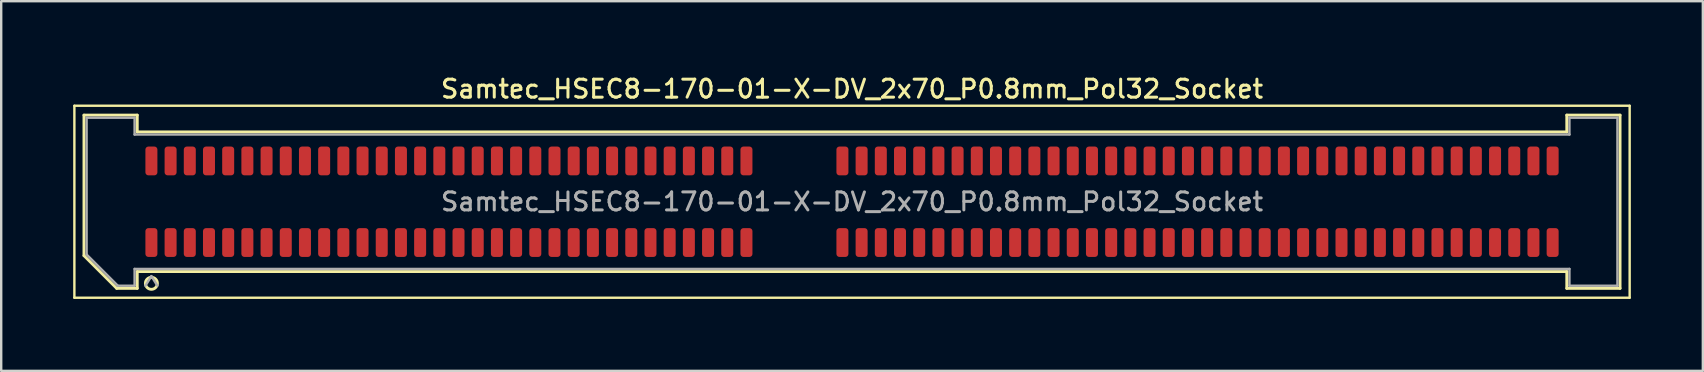
<source format=kicad_pcb>
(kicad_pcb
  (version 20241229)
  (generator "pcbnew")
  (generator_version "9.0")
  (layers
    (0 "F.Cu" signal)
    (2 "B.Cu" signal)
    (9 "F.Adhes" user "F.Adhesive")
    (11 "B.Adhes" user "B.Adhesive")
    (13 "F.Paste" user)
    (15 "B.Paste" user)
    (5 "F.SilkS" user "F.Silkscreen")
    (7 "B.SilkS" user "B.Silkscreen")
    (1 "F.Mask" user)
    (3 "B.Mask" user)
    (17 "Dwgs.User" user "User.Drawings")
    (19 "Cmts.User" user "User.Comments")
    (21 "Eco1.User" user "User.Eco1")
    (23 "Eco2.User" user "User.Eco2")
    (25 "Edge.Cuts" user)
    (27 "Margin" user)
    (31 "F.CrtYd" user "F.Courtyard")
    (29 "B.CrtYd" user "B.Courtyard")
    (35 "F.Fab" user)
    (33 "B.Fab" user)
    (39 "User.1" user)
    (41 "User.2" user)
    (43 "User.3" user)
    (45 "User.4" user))
  (footprint "Samtec_HSEC8-170-01-X-DV_2x70_P0.8mm_Pol32_Socket"
    (layer "F.Cu")
    (at 32.46 5.358)
    (property "Reference" "Samtec_HSEC8-170-01-X-DV_2x70_P0.8mm_Pol32_Socket" (at 0 -4.7 0) (layer "F.SilkS") (effects (font (size 0.75 0.75) (thickness 0.125))))
    (attr smd)
    (fp_line (start -32.41 -4) (end -32.41 4) (stroke (width 0.1) (type solid)) (layer "F.SilkS"))
    (fp_line (start -32.41 4) (end 32.41 4) (stroke (width 0.1) (type solid)) (layer "F.SilkS"))
    (fp_line (start -32.01 -3.61) (end -29.79 -3.61) (stroke (width 0.12) (type solid)) (layer "F.SilkS"))
    (fp_line (start -32.01 2.246) (end -32.01 -3.61) (stroke (width 0.12) (type solid)) (layer "F.SilkS"))
    (fp_line (start -30.646 3.61) (end -32.01 2.246) (stroke (width 0.12) (type solid)) (layer "F.SilkS"))
    (fp_line (start -29.79 -3.61) (end -29.79 -2.91) (stroke (width 0.12) (type solid)) (layer "F.SilkS"))
    (fp_line (start -29.79 -2.91) (end 29.79 -2.91) (stroke (width 0.12) (type solid)) (layer "F.SilkS"))
    (fp_line (start -29.79 2.91) (end -29.79 3.61) (stroke (width 0.12) (type solid)) (layer "F.SilkS"))
    (fp_line (start -29.79 3.61) (end -30.646 3.61) (stroke (width 0.12) (type solid)) (layer "F.SilkS"))
    (fp_line (start 29.79 -3.61) (end 32.01 -3.61) (stroke (width 0.12) (type solid)) (layer "F.SilkS"))
    (fp_line (start 29.79 -2.91) (end 29.79 -3.61) (stroke (width 0.12) (type solid)) (layer "F.SilkS"))
    (fp_line (start 29.79 2.91) (end -29.79 2.91) (stroke (width 0.12) (type solid)) (layer "F.SilkS"))
    (fp_line (start 29.79 3.61) (end 29.79 2.91) (stroke (width 0.12) (type solid)) (layer "F.SilkS"))
    (fp_line (start 32.01 -3.61) (end 32.01 3.61) (stroke (width 0.12) (type solid)) (layer "F.SilkS"))
    (fp_line (start 32.01 3.61) (end 29.79 3.61) (stroke (width 0.12) (type solid)) (layer "F.SilkS"))
    (fp_line (start 32.41 -4) (end -32.41 -4) (stroke (width 0.1) (type solid)) (layer "F.SilkS"))
    (fp_line (start 32.41 4) (end 32.41 -4) (stroke (width 0.1) (type solid)) (layer "F.SilkS"))
    (fp_arc (start -28.95 3.4) (mid -29.45 3.4) (end -28.95 3.4) (stroke (width 0.12) (type solid)) (layer "F.SilkS"))
    (fp_line (start -31.9 -3.5) (end -29.9 -3.5) (stroke (width 0.1) (type solid)) (layer "F.Fab"))
    (fp_line (start -31.9 2.2) (end -31.9 -3.5) (stroke (width 0.1) (type solid)) (layer "F.Fab"))
    (fp_line (start -30.6 3.5) (end -31.9 2.2) (stroke (width 0.1) (type solid)) (layer "F.Fab"))
    (fp_line (start -29.9 -3.5) (end -29.9 -2.8) (stroke (width 0.1) (type solid)) (layer "F.Fab"))
    (fp_line (start -29.9 -2.8) (end 29.9 -2.8) (stroke (width 0.1) (type solid)) (layer "F.Fab"))
    (fp_line (start -29.9 2.8) (end -29.9 3.5) (stroke (width 0.1) (type solid)) (layer "F.Fab"))
    (fp_line (start -29.9 3.5) (end -30.6 3.5) (stroke (width 0.1) (type solid)) (layer "F.Fab"))
    (fp_line (start -29.2 3.1) (end -29.45 3.5) (stroke (width 0.1) (type solid)) (layer "F.Fab"))
    (fp_line (start -29.2 3.1) (end -28.95 3.5) (stroke (width 0.1) (type solid)) (layer "F.Fab"))
    (fp_line (start 29.9 -3.5) (end 31.9 -3.5) (stroke (width 0.1) (type solid)) (layer "F.Fab"))
    (fp_line (start 29.9 -2.8) (end 29.9 -3.5) (stroke (width 0.1) (type solid)) (layer "F.Fab"))
    (fp_line (start 29.9 2.8) (end -29.9 2.8) (stroke (width 0.1) (type solid)) (layer "F.Fab"))
    (fp_line (start 29.9 3.5) (end 29.9 2.8) (stroke (width 0.1) (type solid)) (layer "F.Fab"))
    (fp_line (start 31.9 -3.5) (end 31.9 3.5) (stroke (width 0.1) (type solid)) (layer "F.Fab"))
    (fp_line (start 31.9 3.5) (end 29.9 3.5) (stroke (width 0.1) (type solid)) (layer "F.Fab"))
    (fp_text user "${REFERENCE}" (at 0 0 0) (layer "F.Fab") (effects (font (size 0.75 0.75) (thickness 0.125))))
    (pad "1" smd roundrect (at -29.2 1.7) (size 0.5 1.2) (layers "F.Cu" "F.Mask" "F.Paste") (roundrect_rratio 0.25))
    (pad "2" smd roundrect (at -29.2 -1.7) (size 0.5 1.2) (layers "F.Cu" "F.Mask" "F.Paste") (roundrect_rratio 0.25))
    (pad "3" smd roundrect (at -28.4 1.7) (size 0.5 1.2) (layers "F.Cu" "F.Mask" "F.Paste") (roundrect_rratio 0.25))
    (pad "4" smd roundrect (at -28.4 -1.7) (size 0.5 1.2) (layers "F.Cu" "F.Mask" "F.Paste") (roundrect_rratio 0.25))
    (pad "5" smd roundrect (at -27.6 1.7) (size 0.5 1.2) (layers "F.Cu" "F.Mask" "F.Paste") (roundrect_rratio 0.25))
    (pad "6" smd roundrect (at -27.6 -1.7) (size 0.5 1.2) (layers "F.Cu" "F.Mask" "F.Paste") (roundrect_rratio 0.25))
    (pad "7" smd roundrect (at -26.8 1.7) (size 0.5 1.2) (layers "F.Cu" "F.Mask" "F.Paste") (roundrect_rratio 0.25))
    (pad "8" smd roundrect (at -26.8 -1.7) (size 0.5 1.2) (layers "F.Cu" "F.Mask" "F.Paste") (roundrect_rratio 0.25))
    (pad "9" smd roundrect (at -26 1.7) (size 0.5 1.2) (layers "F.Cu" "F.Mask" "F.Paste") (roundrect_rratio 0.25))
    (pad "10" smd roundrect (at -26 -1.7) (size 0.5 1.2) (layers "F.Cu" "F.Mask" "F.Paste") (roundrect_rratio 0.25))
    (pad "11" smd roundrect (at -25.2 1.7) (size 0.5 1.2) (layers "F.Cu" "F.Mask" "F.Paste") (roundrect_rratio 0.25))
    (pad "12" smd roundrect (at -25.2 -1.7) (size 0.5 1.2) (layers "F.Cu" "F.Mask" "F.Paste") (roundrect_rratio 0.25))
    (pad "13" smd roundrect (at -24.4 1.7) (size 0.5 1.2) (layers "F.Cu" "F.Mask" "F.Paste") (roundrect_rratio 0.25))
    (pad "14" smd roundrect (at -24.4 -1.7) (size 0.5 1.2) (layers "F.Cu" "F.Mask" "F.Paste") (roundrect_rratio 0.25))
    (pad "15" smd roundrect (at -23.6 1.7) (size 0.5 1.2) (layers "F.Cu" "F.Mask" "F.Paste") (roundrect_rratio 0.25))
    (pad "16" smd roundrect (at -23.6 -1.7) (size 0.5 1.2) (layers "F.Cu" "F.Mask" "F.Paste") (roundrect_rratio 0.25))
    (pad "17" smd roundrect (at -22.8 1.7) (size 0.5 1.2) (layers "F.Cu" "F.Mask" "F.Paste") (roundrect_rratio 0.25))
    (pad "18" smd roundrect (at -22.8 -1.7) (size 0.5 1.2) (layers "F.Cu" "F.Mask" "F.Paste") (roundrect_rratio 0.25))
    (pad "19" smd roundrect (at -22 1.7) (size 0.5 1.2) (layers "F.Cu" "F.Mask" "F.Paste") (roundrect_rratio 0.25))
    (pad "20" smd roundrect (at -22 -1.7) (size 0.5 1.2) (layers "F.Cu" "F.Mask" "F.Paste") (roundrect_rratio 0.25))
    (pad "21" smd roundrect (at -21.2 1.7) (size 0.5 1.2) (layers "F.Cu" "F.Mask" "F.Paste") (roundrect_rratio 0.25))
    (pad "22" smd roundrect (at -21.2 -1.7) (size 0.5 1.2) (layers "F.Cu" "F.Mask" "F.Paste") (roundrect_rratio 0.25))
    (pad "23" smd roundrect (at -20.4 1.7) (size 0.5 1.2) (layers "F.Cu" "F.Mask" "F.Paste") (roundrect_rratio 0.25))
    (pad "24" smd roundrect (at -20.4 -1.7) (size 0.5 1.2) (layers "F.Cu" "F.Mask" "F.Paste") (roundrect_rratio 0.25))
    (pad "25" smd roundrect (at -19.6 1.7) (size 0.5 1.2) (layers "F.Cu" "F.Mask" "F.Paste") (roundrect_rratio 0.25))
    (pad "26" smd roundrect (at -19.6 -1.7) (size 0.5 1.2) (layers "F.Cu" "F.Mask" "F.Paste") (roundrect_rratio 0.25))
    (pad "27" smd roundrect (at -18.8 1.7) (size 0.5 1.2) (layers "F.Cu" "F.Mask" "F.Paste") (roundrect_rratio 0.25))
    (pad "28" smd roundrect (at -18.8 -1.7) (size 0.5 1.2) (layers "F.Cu" "F.Mask" "F.Paste") (roundrect_rratio 0.25))
    (pad "29" smd roundrect (at -18 1.7) (size 0.5 1.2) (layers "F.Cu" "F.Mask" "F.Paste") (roundrect_rratio 0.25))
    (pad "30" smd roundrect (at -18 -1.7) (size 0.5 1.2) (layers "F.Cu" "F.Mask" "F.Paste") (roundrect_rratio 0.25))
    (pad "31" smd roundrect (at -17.2 1.7) (size 0.5 1.2) (layers "F.Cu" "F.Mask" "F.Paste") (roundrect_rratio 0.25))
    (pad "32" smd roundrect (at -17.2 -1.7) (size 0.5 1.2) (layers "F.Cu" "F.Mask" "F.Paste") (roundrect_rratio 0.25))
    (pad "33" smd roundrect (at -16.4 1.7) (size 0.5 1.2) (layers "F.Cu" "F.Mask" "F.Paste") (roundrect_rratio 0.25))
    (pad "34" smd roundrect (at -16.4 -1.7) (size 0.5 1.2) (layers "F.Cu" "F.Mask" "F.Paste") (roundrect_rratio 0.25))
    (pad "35" smd roundrect (at -15.6 1.7) (size 0.5 1.2) (layers "F.Cu" "F.Mask" "F.Paste") (roundrect_rratio 0.25))
    (pad "36" smd roundrect (at -15.6 -1.7) (size 0.5 1.2) (layers "F.Cu" "F.Mask" "F.Paste") (roundrect_rratio 0.25))
    (pad "37" smd roundrect (at -14.8 1.7) (size 0.5 1.2) (layers "F.Cu" "F.Mask" "F.Paste") (roundrect_rratio 0.25))
    (pad "38" smd roundrect (at -14.8 -1.7) (size 0.5 1.2) (layers "F.Cu" "F.Mask" "F.Paste") (roundrect_rratio 0.25))
    (pad "39" smd roundrect (at -14 1.7) (size 0.5 1.2) (layers "F.Cu" "F.Mask" "F.Paste") (roundrect_rratio 0.25))
    (pad "40" smd roundrect (at -14 -1.7) (size 0.5 1.2) (layers "F.Cu" "F.Mask" "F.Paste") (roundrect_rratio 0.25))
    (pad "41" smd roundrect (at -13.2 1.7) (size 0.5 1.2) (layers "F.Cu" "F.Mask" "F.Paste") (roundrect_rratio 0.25))
    (pad "42" smd roundrect (at -13.2 -1.7) (size 0.5 1.2) (layers "F.Cu" "F.Mask" "F.Paste") (roundrect_rratio 0.25))
    (pad "43" smd roundrect (at -12.4 1.7) (size 0.5 1.2) (layers "F.Cu" "F.Mask" "F.Paste") (roundrect_rratio 0.25))
    (pad "44" smd roundrect (at -12.4 -1.7) (size 0.5 1.2) (layers "F.Cu" "F.Mask" "F.Paste") (roundrect_rratio 0.25))
    (pad "45" smd roundrect (at -11.6 1.7) (size 0.5 1.2) (layers "F.Cu" "F.Mask" "F.Paste") (roundrect_rratio 0.25))
    (pad "46" smd roundrect (at -11.6 -1.7) (size 0.5 1.2) (layers "F.Cu" "F.Mask" "F.Paste") (roundrect_rratio 0.25))
    (pad "47" smd roundrect (at -10.8 1.7) (size 0.5 1.2) (layers "F.Cu" "F.Mask" "F.Paste") (roundrect_rratio 0.25))
    (pad "48" smd roundrect (at -10.8 -1.7) (size 0.5 1.2) (layers "F.Cu" "F.Mask" "F.Paste") (roundrect_rratio 0.25))
    (pad "49" smd roundrect (at -10 1.7) (size 0.5 1.2) (layers "F.Cu" "F.Mask" "F.Paste") (roundrect_rratio 0.25))
    (pad "50" smd roundrect (at -10 -1.7) (size 0.5 1.2) (layers "F.Cu" "F.Mask" "F.Paste") (roundrect_rratio 0.25))
    (pad "51" smd roundrect (at -9.2 1.7) (size 0.5 1.2) (layers "F.Cu" "F.Mask" "F.Paste") (roundrect_rratio 0.25))
    (pad "52" smd roundrect (at -9.2 -1.7) (size 0.5 1.2) (layers "F.Cu" "F.Mask" "F.Paste") (roundrect_rratio 0.25))
    (pad "53" smd roundrect (at -8.4 1.7) (size 0.5 1.2) (layers "F.Cu" "F.Mask" "F.Paste") (roundrect_rratio 0.25))
    (pad "54" smd roundrect (at -8.4 -1.7) (size 0.5 1.2) (layers "F.Cu" "F.Mask" "F.Paste") (roundrect_rratio 0.25))
    (pad "55" smd roundrect (at -7.6 1.7) (size 0.5 1.2) (layers "F.Cu" "F.Mask" "F.Paste") (roundrect_rratio 0.25))
    (pad "56" smd roundrect (at -7.6 -1.7) (size 0.5 1.2) (layers "F.Cu" "F.Mask" "F.Paste") (roundrect_rratio 0.25))
    (pad "57" smd roundrect (at -6.8 1.7) (size 0.5 1.2) (layers "F.Cu" "F.Mask" "F.Paste") (roundrect_rratio 0.25))
    (pad "58" smd roundrect (at -6.8 -1.7) (size 0.5 1.2) (layers "F.Cu" "F.Mask" "F.Paste") (roundrect_rratio 0.25))
    (pad "59" smd roundrect (at -6 1.7) (size 0.5 1.2) (layers "F.Cu" "F.Mask" "F.Paste") (roundrect_rratio 0.25))
    (pad "60" smd roundrect (at -6 -1.7) (size 0.5 1.2) (layers "F.Cu" "F.Mask" "F.Paste") (roundrect_rratio 0.25))
    (pad "61" smd roundrect (at -5.2 1.7) (size 0.5 1.2) (layers "F.Cu" "F.Mask" "F.Paste") (roundrect_rratio 0.25))
    (pad "62" smd roundrect (at -5.2 -1.7) (size 0.5 1.2) (layers "F.Cu" "F.Mask" "F.Paste") (roundrect_rratio 0.25))
    (pad "63" smd roundrect (at -4.4 1.7) (size 0.5 1.2) (layers "F.Cu" "F.Mask" "F.Paste") (roundrect_rratio 0.25))
    (pad "64" smd roundrect (at -4.4 -1.7) (size 0.5 1.2) (layers "F.Cu" "F.Mask" "F.Paste") (roundrect_rratio 0.25))
    (pad "65" smd roundrect (at -0.4 1.7) (size 0.5 1.2) (layers "F.Cu" "F.Mask" "F.Paste") (roundrect_rratio 0.25))
    (pad "66" smd roundrect (at -0.4 -1.7) (size 0.5 1.2) (layers "F.Cu" "F.Mask" "F.Paste") (roundrect_rratio 0.25))
    (pad "67" smd roundrect (at 0.4 1.7) (size 0.5 1.2) (layers "F.Cu" "F.Mask" "F.Paste") (roundrect_rratio 0.25))
    (pad "68" smd roundrect (at 0.4 -1.7) (size 0.5 1.2) (layers "F.Cu" "F.Mask" "F.Paste") (roundrect_rratio 0.25))
    (pad "69" smd roundrect (at 1.2 1.7) (size 0.5 1.2) (layers "F.Cu" "F.Mask" "F.Paste") (roundrect_rratio 0.25))
    (pad "70" smd roundrect (at 1.2 -1.7) (size 0.5 1.2) (layers "F.Cu" "F.Mask" "F.Paste") (roundrect_rratio 0.25))
    (pad "71" smd roundrect (at 2 1.7) (size 0.5 1.2) (layers "F.Cu" "F.Mask" "F.Paste") (roundrect_rratio 0.25))
    (pad "72" smd roundrect (at 2 -1.7) (size 0.5 1.2) (layers "F.Cu" "F.Mask" "F.Paste") (roundrect_rratio 0.25))
    (pad "73" smd roundrect (at 2.8 1.7) (size 0.5 1.2) (layers "F.Cu" "F.Mask" "F.Paste") (roundrect_rratio 0.25))
    (pad "74" smd roundrect (at 2.8 -1.7) (size 0.5 1.2) (layers "F.Cu" "F.Mask" "F.Paste") (roundrect_rratio 0.25))
    (pad "75" smd roundrect (at 3.6 1.7) (size 0.5 1.2) (layers "F.Cu" "F.Mask" "F.Paste") (roundrect_rratio 0.25))
    (pad "76" smd roundrect (at 3.6 -1.7) (size 0.5 1.2) (layers "F.Cu" "F.Mask" "F.Paste") (roundrect_rratio 0.25))
    (pad "77" smd roundrect (at 4.4 1.7) (size 0.5 1.2) (layers "F.Cu" "F.Mask" "F.Paste") (roundrect_rratio 0.25))
    (pad "78" smd roundrect (at 4.4 -1.7) (size 0.5 1.2) (layers "F.Cu" "F.Mask" "F.Paste") (roundrect_rratio 0.25))
    (pad "79" smd roundrect (at 5.2 1.7) (size 0.5 1.2) (layers "F.Cu" "F.Mask" "F.Paste") (roundrect_rratio 0.25))
    (pad "80" smd roundrect (at 5.2 -1.7) (size 0.5 1.2) (layers "F.Cu" "F.Mask" "F.Paste") (roundrect_rratio 0.25))
    (pad "81" smd roundrect (at 6 1.7) (size 0.5 1.2) (layers "F.Cu" "F.Mask" "F.Paste") (roundrect_rratio 0.25))
    (pad "82" smd roundrect (at 6 -1.7) (size 0.5 1.2) (layers "F.Cu" "F.Mask" "F.Paste") (roundrect_rratio 0.25))
    (pad "83" smd roundrect (at 6.8 1.7) (size 0.5 1.2) (layers "F.Cu" "F.Mask" "F.Paste") (roundrect_rratio 0.25))
    (pad "84" smd roundrect (at 6.8 -1.7) (size 0.5 1.2) (layers "F.Cu" "F.Mask" "F.Paste") (roundrect_rratio 0.25))
    (pad "85" smd roundrect (at 7.6 1.7) (size 0.5 1.2) (layers "F.Cu" "F.Mask" "F.Paste") (roundrect_rratio 0.25))
    (pad "86" smd roundrect (at 7.6 -1.7) (size 0.5 1.2) (layers "F.Cu" "F.Mask" "F.Paste") (roundrect_rratio 0.25))
    (pad "87" smd roundrect (at 8.4 1.7) (size 0.5 1.2) (layers "F.Cu" "F.Mask" "F.Paste") (roundrect_rratio 0.25))
    (pad "88" smd roundrect (at 8.4 -1.7) (size 0.5 1.2) (layers "F.Cu" "F.Mask" "F.Paste") (roundrect_rratio 0.25))
    (pad "89" smd roundrect (at 9.2 1.7) (size 0.5 1.2) (layers "F.Cu" "F.Mask" "F.Paste") (roundrect_rratio 0.25))
    (pad "90" smd roundrect (at 9.2 -1.7) (size 0.5 1.2) (layers "F.Cu" "F.Mask" "F.Paste") (roundrect_rratio 0.25))
    (pad "91" smd roundrect (at 10 1.7) (size 0.5 1.2) (layers "F.Cu" "F.Mask" "F.Paste") (roundrect_rratio 0.25))
    (pad "92" smd roundrect (at 10 -1.7) (size 0.5 1.2) (layers "F.Cu" "F.Mask" "F.Paste") (roundrect_rratio 0.25))
    (pad "93" smd roundrect (at 10.8 1.7) (size 0.5 1.2) (layers "F.Cu" "F.Mask" "F.Paste") (roundrect_rratio 0.25))
    (pad "94" smd roundrect (at 10.8 -1.7) (size 0.5 1.2) (layers "F.Cu" "F.Mask" "F.Paste") (roundrect_rratio 0.25))
    (pad "95" smd roundrect (at 11.6 1.7) (size 0.5 1.2) (layers "F.Cu" "F.Mask" "F.Paste") (roundrect_rratio 0.25))
    (pad "96" smd roundrect (at 11.6 -1.7) (size 0.5 1.2) (layers "F.Cu" "F.Mask" "F.Paste") (roundrect_rratio 0.25))
    (pad "97" smd roundrect (at 12.4 1.7) (size 0.5 1.2) (layers "F.Cu" "F.Mask" "F.Paste") (roundrect_rratio 0.25))
    (pad "98" smd roundrect (at 12.4 -1.7) (size 0.5 1.2) (layers "F.Cu" "F.Mask" "F.Paste") (roundrect_rratio 0.25))
    (pad "99" smd roundrect (at 13.2 1.7) (size 0.5 1.2) (layers "F.Cu" "F.Mask" "F.Paste") (roundrect_rratio 0.25))
    (pad "100" smd roundrect (at 13.2 -1.7) (size 0.5 1.2) (layers "F.Cu" "F.Mask" "F.Paste") (roundrect_rratio 0.25))
    (pad "101" smd roundrect (at 14 1.7) (size 0.5 1.2) (layers "F.Cu" "F.Mask" "F.Paste") (roundrect_rratio 0.25))
    (pad "102" smd roundrect (at 14 -1.7) (size 0.5 1.2) (layers "F.Cu" "F.Mask" "F.Paste") (roundrect_rratio 0.25))
    (pad "103" smd roundrect (at 14.8 1.7) (size 0.5 1.2) (layers "F.Cu" "F.Mask" "F.Paste") (roundrect_rratio 0.25))
    (pad "104" smd roundrect (at 14.8 -1.7) (size 0.5 1.2) (layers "F.Cu" "F.Mask" "F.Paste") (roundrect_rratio 0.25))
    (pad "105" smd roundrect (at 15.6 1.7) (size 0.5 1.2) (layers "F.Cu" "F.Mask" "F.Paste") (roundrect_rratio 0.25))
    (pad "106" smd roundrect (at 15.6 -1.7) (size 0.5 1.2) (layers "F.Cu" "F.Mask" "F.Paste") (roundrect_rratio 0.25))
    (pad "107" smd roundrect (at 16.4 1.7) (size 0.5 1.2) (layers "F.Cu" "F.Mask" "F.Paste") (roundrect_rratio 0.25))
    (pad "108" smd roundrect (at 16.4 -1.7) (size 0.5 1.2) (layers "F.Cu" "F.Mask" "F.Paste") (roundrect_rratio 0.25))
    (pad "109" smd roundrect (at 17.2 1.7) (size 0.5 1.2) (layers "F.Cu" "F.Mask" "F.Paste") (roundrect_rratio 0.25))
    (pad "110" smd roundrect (at 17.2 -1.7) (size 0.5 1.2) (layers "F.Cu" "F.Mask" "F.Paste") (roundrect_rratio 0.25))
    (pad "111" smd roundrect (at 18 1.7) (size 0.5 1.2) (layers "F.Cu" "F.Mask" "F.Paste") (roundrect_rratio 0.25))
    (pad "112" smd roundrect (at 18 -1.7) (size 0.5 1.2) (layers "F.Cu" "F.Mask" "F.Paste") (roundrect_rratio 0.25))
    (pad "113" smd roundrect (at 18.8 1.7) (size 0.5 1.2) (layers "F.Cu" "F.Mask" "F.Paste") (roundrect_rratio 0.25))
    (pad "114" smd roundrect (at 18.8 -1.7) (size 0.5 1.2) (layers "F.Cu" "F.Mask" "F.Paste") (roundrect_rratio 0.25))
    (pad "115" smd roundrect (at 19.6 1.7) (size 0.5 1.2) (layers "F.Cu" "F.Mask" "F.Paste") (roundrect_rratio 0.25))
    (pad "116" smd roundrect (at 19.6 -1.7) (size 0.5 1.2) (layers "F.Cu" "F.Mask" "F.Paste") (roundrect_rratio 0.25))
    (pad "117" smd roundrect (at 20.4 1.7) (size 0.5 1.2) (layers "F.Cu" "F.Mask" "F.Paste") (roundrect_rratio 0.25))
    (pad "118" smd roundrect (at 20.4 -1.7) (size 0.5 1.2) (layers "F.Cu" "F.Mask" "F.Paste") (roundrect_rratio 0.25))
    (pad "119" smd roundrect (at 21.2 1.7) (size 0.5 1.2) (layers "F.Cu" "F.Mask" "F.Paste") (roundrect_rratio 0.25))
    (pad "120" smd roundrect (at 21.2 -1.7) (size 0.5 1.2) (layers "F.Cu" "F.Mask" "F.Paste") (roundrect_rratio 0.25))
    (pad "121" smd roundrect (at 22 1.7) (size 0.5 1.2) (layers "F.Cu" "F.Mask" "F.Paste") (roundrect_rratio 0.25))
    (pad "122" smd roundrect (at 22 -1.7) (size 0.5 1.2) (layers "F.Cu" "F.Mask" "F.Paste") (roundrect_rratio 0.25))
    (pad "123" smd roundrect (at 22.8 1.7) (size 0.5 1.2) (layers "F.Cu" "F.Mask" "F.Paste") (roundrect_rratio 0.25))
    (pad "124" smd roundrect (at 22.8 -1.7) (size 0.5 1.2) (layers "F.Cu" "F.Mask" "F.Paste") (roundrect_rratio 0.25))
    (pad "125" smd roundrect (at 23.6 1.7) (size 0.5 1.2) (layers "F.Cu" "F.Mask" "F.Paste") (roundrect_rratio 0.25))
    (pad "126" smd roundrect (at 23.6 -1.7) (size 0.5 1.2) (layers "F.Cu" "F.Mask" "F.Paste") (roundrect_rratio 0.25))
    (pad "127" smd roundrect (at 24.4 1.7) (size 0.5 1.2) (layers "F.Cu" "F.Mask" "F.Paste") (roundrect_rratio 0.25))
    (pad "128" smd roundrect (at 24.4 -1.7) (size 0.5 1.2) (layers "F.Cu" "F.Mask" "F.Paste") (roundrect_rratio 0.25))
    (pad "129" smd roundrect (at 25.2 1.7) (size 0.5 1.2) (layers "F.Cu" "F.Mask" "F.Paste") (roundrect_rratio 0.25))
    (pad "130" smd roundrect (at 25.2 -1.7) (size 0.5 1.2) (layers "F.Cu" "F.Mask" "F.Paste") (roundrect_rratio 0.25))
    (pad "131" smd roundrect (at 26 1.7) (size 0.5 1.2) (layers "F.Cu" "F.Mask" "F.Paste") (roundrect_rratio 0.25))
    (pad "132" smd roundrect (at 26 -1.7) (size 0.5 1.2) (layers "F.Cu" "F.Mask" "F.Paste") (roundrect_rratio 0.25))
    (pad "133" smd roundrect (at 26.8 1.7) (size 0.5 1.2) (layers "F.Cu" "F.Mask" "F.Paste") (roundrect_rratio 0.25))
    (pad "134" smd roundrect (at 26.8 -1.7) (size 0.5 1.2) (layers "F.Cu" "F.Mask" "F.Paste") (roundrect_rratio 0.25))
    (pad "135" smd roundrect (at 27.6 1.7) (size 0.5 1.2) (layers "F.Cu" "F.Mask" "F.Paste") (roundrect_rratio 0.25))
    (pad "136" smd roundrect (at 27.6 -1.7) (size 0.5 1.2) (layers "F.Cu" "F.Mask" "F.Paste") (roundrect_rratio 0.25))
    (pad "137" smd roundrect (at 28.4 1.7) (size 0.5 1.2) (layers "F.Cu" "F.Mask" "F.Paste") (roundrect_rratio 0.25))
    (pad "138" smd roundrect (at 28.4 -1.7) (size 0.5 1.2) (layers "F.Cu" "F.Mask" "F.Paste") (roundrect_rratio 0.25))
    (pad "139" smd roundrect (at 29.2 1.7) (size 0.5 1.2) (layers "F.Cu" "F.Mask" "F.Paste") (roundrect_rratio 0.25))
    (pad "140" smd roundrect (at 29.2 -1.7) (size 0.5 1.2) (layers "F.Cu" "F.Mask" "F.Paste") (roundrect_rratio 0.25)))
  (gr_rect
    (start -3 -3)
    (end 67.92 12.408)
    (stroke (width 0.1) (type default))
    (fill no)
    (layer "Edge.Cuts")))
</source>
